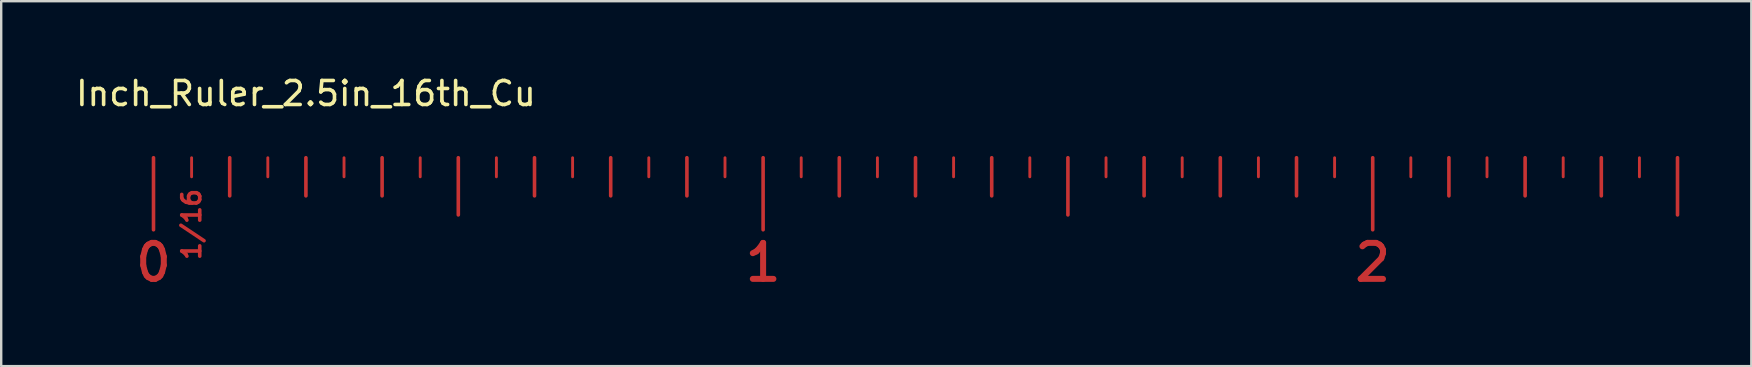
<source format=kicad_pcb>
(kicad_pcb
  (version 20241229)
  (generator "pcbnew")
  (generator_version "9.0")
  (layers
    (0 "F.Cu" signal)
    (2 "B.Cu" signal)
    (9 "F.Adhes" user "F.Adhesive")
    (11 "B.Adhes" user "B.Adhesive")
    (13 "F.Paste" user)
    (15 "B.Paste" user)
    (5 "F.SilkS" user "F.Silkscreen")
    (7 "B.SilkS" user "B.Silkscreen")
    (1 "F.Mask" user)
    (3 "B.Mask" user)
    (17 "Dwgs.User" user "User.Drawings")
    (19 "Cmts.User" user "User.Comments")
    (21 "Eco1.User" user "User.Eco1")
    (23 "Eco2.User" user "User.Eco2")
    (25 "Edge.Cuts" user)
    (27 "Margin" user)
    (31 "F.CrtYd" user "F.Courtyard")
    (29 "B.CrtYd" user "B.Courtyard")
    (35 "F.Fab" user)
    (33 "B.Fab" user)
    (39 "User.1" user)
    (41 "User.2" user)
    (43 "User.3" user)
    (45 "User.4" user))
  (footprint "Inch_Ruler_2.5in_16th_Cu"
    (layer "F.Cu")
    (at 3.346 3.523)
    (property "Reference" "Inch_Ruler_2.5in_16th_Cu" (at 6.35 -2.675 0) (layer "F.SilkS") (effects (font (size 1 1) (thickness 0.15))))
    (attr through_hole)
    (fp_line (start 0 0) (end 0 3) (stroke (width 0.15) (type solid)) (layer "F.Cu"))
    (fp_line (start 1.587 0) (end 1.587 0.794) (stroke (width 0.12) (type solid)) (layer "F.Cu"))
    (fp_line (start 3.175 0) (end 3.175 1.587) (stroke (width 0.15) (type solid)) (layer "F.Cu"))
    (fp_line (start 4.763 0) (end 4.763 0.794) (stroke (width 0.12) (type solid)) (layer "F.Cu"))
    (fp_line (start 6.35 0) (end 6.35 1.587) (stroke (width 0.15) (type solid)) (layer "F.Cu"))
    (fp_line (start 7.938 0) (end 7.938 0.794) (stroke (width 0.12) (type solid)) (layer "F.Cu"))
    (fp_line (start 9.525 0) (end 9.525 1.587) (stroke (width 0.15) (type solid)) (layer "F.Cu"))
    (fp_line (start 11.113 0) (end 11.113 0.794) (stroke (width 0.12) (type solid)) (layer "F.Cu"))
    (fp_line (start 12.7 0) (end 12.7 2.381) (stroke (width 0.15) (type solid)) (layer "F.Cu"))
    (fp_line (start 14.287 0) (end 14.287 0.794) (stroke (width 0.12) (type solid)) (layer "F.Cu"))
    (fp_line (start 15.875 0) (end 15.875 1.587) (stroke (width 0.15) (type solid)) (layer "F.Cu"))
    (fp_line (start 17.462 0) (end 17.462 0.794) (stroke (width 0.12) (type solid)) (layer "F.Cu"))
    (fp_line (start 19.05 0) (end 19.05 1.587) (stroke (width 0.15) (type solid)) (layer "F.Cu"))
    (fp_line (start 20.637 0) (end 20.637 0.794) (stroke (width 0.12) (type solid)) (layer "F.Cu"))
    (fp_line (start 22.225 0) (end 22.225 1.587) (stroke (width 0.15) (type solid)) (layer "F.Cu"))
    (fp_line (start 23.812 0) (end 23.812 0.794) (stroke (width 0.12) (type solid)) (layer "F.Cu"))
    (fp_line (start 25.4 0) (end 25.4 3) (stroke (width 0.15) (type solid)) (layer "F.Cu"))
    (fp_line (start 26.988 0) (end 26.988 0.794) (stroke (width 0.12) (type solid)) (layer "F.Cu"))
    (fp_line (start 28.575 0) (end 28.575 1.587) (stroke (width 0.15) (type solid)) (layer "F.Cu"))
    (fp_line (start 30.163 0) (end 30.163 0.794) (stroke (width 0.12) (type solid)) (layer "F.Cu"))
    (fp_line (start 31.75 0) (end 31.75 1.587) (stroke (width 0.15) (type solid)) (layer "F.Cu"))
    (fp_line (start 33.337 0) (end 33.337 0.794) (stroke (width 0.12) (type solid)) (layer "F.Cu"))
    (fp_line (start 34.925 0) (end 34.925 1.587) (stroke (width 0.15) (type solid)) (layer "F.Cu"))
    (fp_line (start 36.513 0) (end 36.513 0.794) (stroke (width 0.12) (type solid)) (layer "F.Cu"))
    (fp_line (start 38.1 0) (end 38.1 2.381) (stroke (width 0.15) (type solid)) (layer "F.Cu"))
    (fp_line (start 39.688 0) (end 39.688 0.794) (stroke (width 0.12) (type solid)) (layer "F.Cu"))
    (fp_line (start 41.275 0) (end 41.275 1.587) (stroke (width 0.15) (type solid)) (layer "F.Cu"))
    (fp_line (start 42.862 0) (end 42.862 0.794) (stroke (width 0.12) (type solid)) (layer "F.Cu"))
    (fp_line (start 44.45 0) (end 44.45 1.587) (stroke (width 0.15) (type solid)) (layer "F.Cu"))
    (fp_line (start 46.038 0) (end 46.038 0.794) (stroke (width 0.12) (type solid)) (layer "F.Cu"))
    (fp_line (start 47.625 0) (end 47.625 1.587) (stroke (width 0.15) (type solid)) (layer "F.Cu"))
    (fp_line (start 49.212 0) (end 49.212 0.794) (stroke (width 0.12) (type solid)) (layer "F.Cu"))
    (fp_line (start 50.8 0) (end 50.8 3) (stroke (width 0.15) (type solid)) (layer "F.Cu"))
    (fp_line (start 52.388 0) (end 52.388 0.794) (stroke (width 0.12) (type solid)) (layer "F.Cu"))
    (fp_line (start 53.975 0) (end 53.975 1.587) (stroke (width 0.15) (type solid)) (layer "F.Cu"))
    (fp_line (start 55.562 0) (end 55.562 0.794) (stroke (width 0.12) (type solid)) (layer "F.Cu"))
    (fp_line (start 57.15 0) (end 57.15 1.587) (stroke (width 0.15) (type solid)) (layer "F.Cu"))
    (fp_line (start 58.737 0) (end 58.737 0.794) (stroke (width 0.12) (type solid)) (layer "F.Cu"))
    (fp_line (start 60.325 0) (end 60.325 1.587) (stroke (width 0.15) (type solid)) (layer "F.Cu"))
    (fp_line (start 61.913 0) (end 61.913 0.794) (stroke (width 0.12) (type solid)) (layer "F.Cu"))
    (fp_line (start 63.5 0) (end 63.5 2.381) (stroke (width 0.15) (type solid)) (layer "F.Cu"))
    (fp_line (start 0 0) (end 0 3) (stroke (width 0.15) (type solid)) (layer "F.Mask"))
    (fp_line (start 1.587 0) (end 1.587 0.794) (stroke (width 0.15) (type solid)) (layer "F.Mask"))
    (fp_line (start 3.175 0) (end 3.175 1.587) (stroke (width 0.15) (type solid)) (layer "F.Mask"))
    (fp_line (start 4.763 0) (end 4.763 0.794) (stroke (width 0.12) (type solid)) (layer "F.Mask"))
    (fp_line (start 6.35 0) (end 6.35 1.587) (stroke (width 0.15) (type solid)) (layer "F.Mask"))
    (fp_line (start 7.938 0) (end 7.938 0.794) (stroke (width 0.12) (type solid)) (layer "F.Mask"))
    (fp_line (start 9.525 0) (end 9.525 1.587) (stroke (width 0.15) (type solid)) (layer "F.Mask"))
    (fp_line (start 11.113 0) (end 11.113 0.794) (stroke (width 0.12) (type solid)) (layer "F.Mask"))
    (fp_line (start 12.7 0) (end 12.7 2.381) (stroke (width 0.15) (type solid)) (layer "F.Mask"))
    (fp_line (start 14.287 0) (end 14.287 0.794) (stroke (width 0.12) (type solid)) (layer "F.Mask"))
    (fp_line (start 15.875 0) (end 15.875 1.587) (stroke (width 0.15) (type solid)) (layer "F.Mask"))
    (fp_line (start 17.462 0) (end 17.462 0.794) (stroke (width 0.12) (type solid)) (layer "F.Mask"))
    (fp_line (start 19.05 0) (end 19.05 1.587) (stroke (width 0.15) (type solid)) (layer "F.Mask"))
    (fp_line (start 20.637 0) (end 20.637 0.794) (stroke (width 0.12) (type solid)) (layer "F.Mask"))
    (fp_line (start 22.225 0) (end 22.225 1.587) (stroke (width 0.15) (type solid)) (layer "F.Mask"))
    (fp_line (start 23.812 0) (end 23.812 0.794) (stroke (width 0.12) (type solid)) (layer "F.Mask"))
    (fp_line (start 25.4 0) (end 25.4 3) (stroke (width 0.15) (type solid)) (layer "F.Mask"))
    (fp_line (start 26.988 0) (end 26.988 0.794) (stroke (width 0.12) (type solid)) (layer "F.Mask"))
    (fp_line (start 28.575 0) (end 28.575 1.587) (stroke (width 0.15) (type solid)) (layer "F.Mask"))
    (fp_line (start 30.163 0) (end 30.163 0.794) (stroke (width 0.12) (type solid)) (layer "F.Mask"))
    (fp_line (start 31.75 0) (end 31.75 1.587) (stroke (width 0.15) (type solid)) (layer "F.Mask"))
    (fp_line (start 33.337 0) (end 33.337 0.794) (stroke (width 0.12) (type solid)) (layer "F.Mask"))
    (fp_line (start 34.925 0) (end 34.925 1.587) (stroke (width 0.15) (type solid)) (layer "F.Mask"))
    (fp_line (start 36.513 0) (end 36.513 0.794) (stroke (width 0.12) (type solid)) (layer "F.Mask"))
    (fp_line (start 38.1 0) (end 38.1 2.381) (stroke (width 0.15) (type solid)) (layer "F.Mask"))
    (fp_line (start 39.688 0) (end 39.688 0.794) (stroke (width 0.12) (type solid)) (layer "F.Mask"))
    (fp_line (start 41.275 0) (end 41.275 1.587) (stroke (width 0.15) (type solid)) (layer "F.Mask"))
    (fp_line (start 42.862 0) (end 42.862 0.794) (stroke (width 0.12) (type solid)) (layer "F.Mask"))
    (fp_line (start 44.45 0) (end 44.45 1.587) (stroke (width 0.15) (type solid)) (layer "F.Mask"))
    (fp_line (start 46.038 0) (end 46.038 0.794) (stroke (width 0.12) (type solid)) (layer "F.Mask"))
    (fp_line (start 47.625 0) (end 47.625 1.587) (stroke (width 0.15) (type solid)) (layer "F.Mask"))
    (fp_line (start 49.212 0) (end 49.212 0.794) (stroke (width 0.12) (type solid)) (layer "F.Mask"))
    (fp_line (start 50.8 0) (end 50.8 3) (stroke (width 0.15) (type solid)) (layer "F.Mask"))
    (fp_line (start 52.388 0) (end 52.388 0.794) (stroke (width 0.15) (type solid)) (layer "F.Mask"))
    (fp_line (start 53.975 0) (end 53.975 1.587) (stroke (width 0.15) (type solid)) (layer "F.Mask"))
    (fp_line (start 55.562 0) (end 55.562 0.794) (stroke (width 0.12) (type solid)) (layer "F.Mask"))
    (fp_line (start 57.15 0) (end 57.15 1.587) (stroke (width 0.15) (type solid)) (layer "F.Mask"))
    (fp_line (start 58.737 0) (end 58.737 0.794) (stroke (width 0.12) (type solid)) (layer "F.Mask"))
    (fp_line (start 60.325 0) (end 60.325 1.587) (stroke (width 0.15) (type solid)) (layer "F.Mask"))
    (fp_line (start 61.913 0) (end 61.913 0.794) (stroke (width 0.12) (type solid)) (layer "F.Mask"))
    (fp_line (start 63.5 0) (end 63.5 2.381) (stroke (width 0.15) (type solid)) (layer "F.Mask"))
    (fp_text user "1/16" (at 1.587 2.778 90) (layer "F.Cu") (effects (font (size 0.75 0.75) (thickness 0.15))))
    (fp_text user "1" (at 25.4 4.366 0) (layer "F.Cu") (effects (font (size 1.5 1.5) (thickness 0.25))))
    (fp_text user "0" (at 0 4.366 0) (layer "F.Cu") (effects (font (size 1.5 1.5) (thickness 0.25))))
    (fp_text user "2" (at 50.8 4.366 0) (layer "F.Cu") (effects (font (size 1.5 1.5) (thickness 0.25)))))
  (gr_rect
    (start -3 -3)
    (end 69.921 12.205)
    (stroke (width 0.1) (type default))
    (fill no)
    (layer "Edge.Cuts")))
</source>
